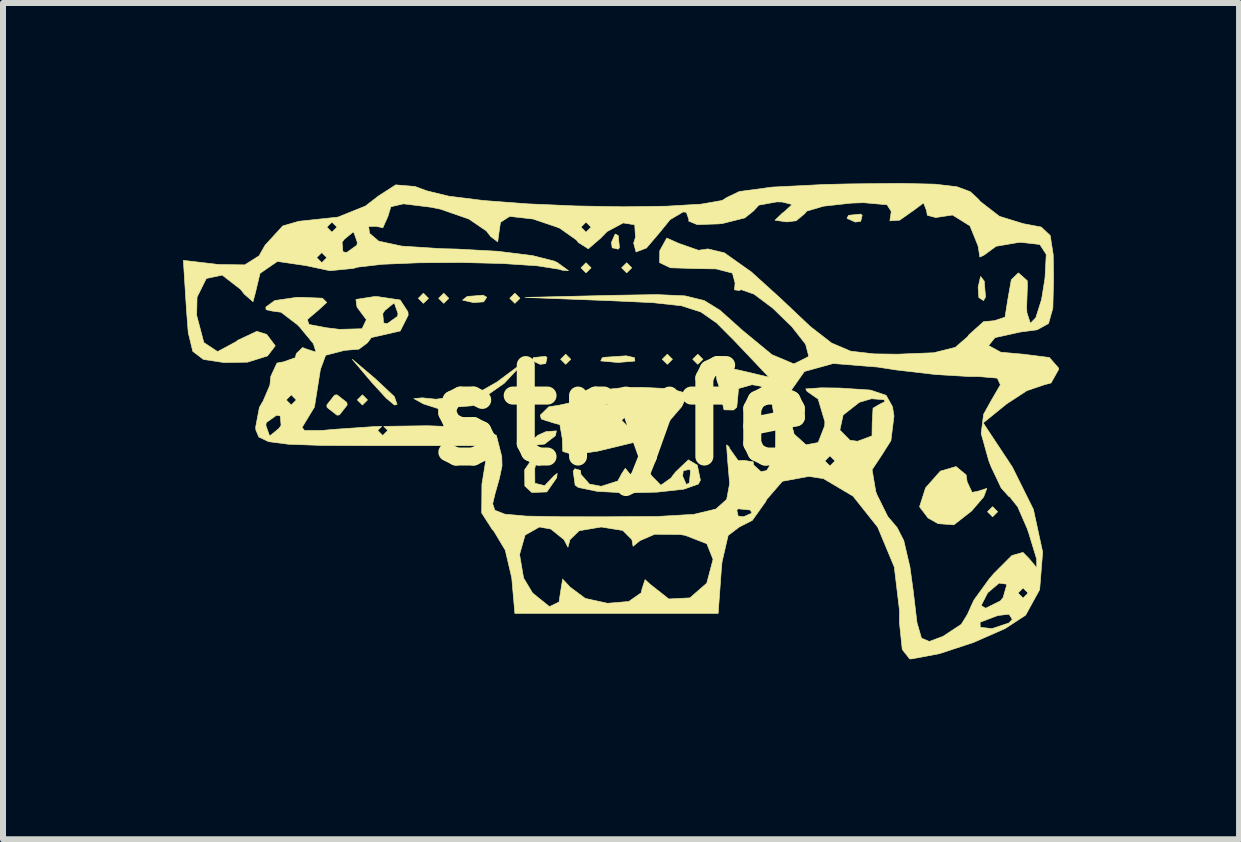
<source format=kicad_pcb>
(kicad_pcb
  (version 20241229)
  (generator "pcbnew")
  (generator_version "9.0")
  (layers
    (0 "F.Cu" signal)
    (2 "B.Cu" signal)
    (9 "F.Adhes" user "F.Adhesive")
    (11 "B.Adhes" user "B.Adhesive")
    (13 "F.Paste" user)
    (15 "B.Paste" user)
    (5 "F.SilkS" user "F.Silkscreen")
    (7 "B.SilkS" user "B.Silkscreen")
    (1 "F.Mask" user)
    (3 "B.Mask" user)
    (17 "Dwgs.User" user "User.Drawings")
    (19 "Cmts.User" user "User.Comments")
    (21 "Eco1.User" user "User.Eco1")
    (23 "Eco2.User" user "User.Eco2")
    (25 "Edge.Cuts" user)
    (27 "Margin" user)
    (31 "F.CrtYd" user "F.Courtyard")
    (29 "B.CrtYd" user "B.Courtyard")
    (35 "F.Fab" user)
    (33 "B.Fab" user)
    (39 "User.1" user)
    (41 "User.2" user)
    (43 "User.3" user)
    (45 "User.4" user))
  (footprint "stryfe"
    (layer "F.Cu")
    (at 7.306 3.867)
    (property "Reference" "stryfe" (at 0 0 0) (layer "F.SilkS") (effects (font (size 1.524 1.524) (thickness 0.3))))
    (attr through_hole)
    (fp_poly (pts (xy -4.233 -0.254) (xy -4.318 -0.169) (xy -4.403 -0.254) (xy -4.318 -0.339) (xy -4.233 -0.254)) (stroke (width 0.01) (type solid)) (fill yes) (layer "F.SilkS"))
    (fp_poly (pts (xy -3.217 -1.947) (xy -3.302 -1.863) (xy -3.387 -1.947) (xy -3.302 -2.032) (xy -3.217 -1.947)) (stroke (width 0.01) (type solid)) (fill yes) (layer "F.SilkS"))
    (fp_poly (pts (xy -2.879 -1.947) (xy -2.963 -1.863) (xy -3.048 -1.947) (xy -2.963 -2.032) (xy -2.879 -1.947)) (stroke (width 0.01) (type solid)) (fill yes) (layer "F.SilkS"))
    (fp_poly (pts (xy -1.693 -1.947) (xy -1.778 -1.863) (xy -1.863 -1.947) (xy -1.778 -2.032) (xy -1.693 -1.947)) (stroke (width 0.01) (type solid)) (fill yes) (layer "F.SilkS"))
    (fp_poly (pts (xy -0.847 -0.931) (xy -0.931 -0.847) (xy -1.016 -0.931) (xy -0.931 -1.016) (xy -0.847 -0.931)) (stroke (width 0.01) (type solid)) (fill yes) (layer "F.SilkS"))
    (fp_poly (pts (xy -0.508 -2.455) (xy -0.593 -2.371) (xy -0.677 -2.455) (xy -0.593 -2.54) (xy -0.508 -2.455)) (stroke (width 0.01) (type solid)) (fill yes) (layer "F.SilkS"))
    (fp_poly (pts (xy 0.169 -2.455) (xy 0.085 -2.371) (xy 0 -2.455) (xy 0.085 -2.54) (xy 0.169 -2.455)) (stroke (width 0.01) (type solid)) (fill yes) (layer "F.SilkS"))
    (fp_poly (pts (xy 0.847 -0.931) (xy 0.762 -0.847) (xy 0.677 -0.931) (xy 0.762 -1.016) (xy 0.847 -0.931)) (stroke (width 0.01) (type solid)) (fill yes) (layer "F.SilkS"))
    (fp_poly (pts (xy 1.355 -0.931) (xy 1.27 -0.847) (xy 1.185 -0.931) (xy 1.27 -1.016) (xy 1.355 -0.931)) (stroke (width 0.01) (type solid)) (fill yes) (layer "F.SilkS"))
    (fp_poly (pts (xy 6.265 1.609) (xy 6.181 1.693) (xy 6.096 1.609) (xy 6.181 1.524) (xy 6.265 1.609)) (stroke (width 0.01) (type solid)) (fill yes) (layer "F.SilkS"))
    (fp_poly (pts (xy -2.247 -1.965) (xy -2.298 -1.888) (xy -2.469 -1.876) (xy -2.65 -1.917) (xy -2.572 -1.978) (xy -2.307 -1.999) (xy -2.247 -1.965)) (stroke (width 0.01) (type solid)) (fill yes) (layer "F.SilkS"))
    (fp_poly (pts (xy -1.242 -0.96) (xy -1.265 -0.859) (xy -1.355 -0.847) (xy -1.494 -0.909) (xy -1.468 -0.96) (xy -1.267 -0.98) (xy -1.242 -0.96)) (stroke (width 0.01) (type solid)) (fill yes) (layer "F.SilkS"))
    (fp_poly (pts (xy -0.056 -2.992) (xy -0.036 -2.791) (xy -0.056 -2.766) (xy -0.157 -2.789) (xy -0.169 -2.879) (xy -0.107 -3.018) (xy -0.056 -2.992)) (stroke (width 0.01) (type solid)) (fill yes) (layer "F.SilkS"))
    (fp_poly (pts (xy 4.008 -3.33) (xy 3.984 -3.23) (xy 3.895 -3.217) (xy 3.755 -3.279) (xy 3.782 -3.33) (xy 3.983 -3.35) (xy 4.008 -3.33)) (stroke (width 0.01) (type solid)) (fill yes) (layer "F.SilkS"))
    (fp_poly (pts (xy 6.042 -2.233) (xy 6.063 -1.968) (xy 6.029 -1.909) (xy 5.952 -1.959) (xy 5.94 -2.131) (xy 5.981 -2.311) (xy 6.042 -2.233)) (stroke (width 0.01) (type solid)) (fill yes) (layer "F.SilkS"))
    (fp_poly (pts (xy -4.106 -0.609) (xy -3.786 -0.309) (xy -3.74 -0.178) (xy -3.784 -0.169) (xy -3.922 -0.284) (xy -4.165 -0.55) (xy -4.487 -0.931) (xy -4.106 -0.609)) (stroke (width 0.01) (type solid)) (fill yes) (layer "F.SilkS"))
    (fp_poly (pts (xy -1.102 0.341) (xy -1.283 0.481) (xy -1.477 0.505) (xy -1.524 0.441) (xy -1.391 0.333) (xy -1.261 0.274) (xy -1.086 0.262) (xy -1.102 0.341)) (stroke (width 0.01) (type solid)) (fill yes) (layer "F.SilkS"))
    (fp_poly (pts (xy -4.577 -0.21) (xy -4.572 -0.169) (xy -4.701 -0.005) (xy -4.741 0) (xy -4.906 -0.129) (xy -4.911 -0.169) (xy -4.782 -0.334) (xy -4.741 -0.339) (xy -4.577 -0.21)) (stroke (width 0.01) (type solid)) (fill yes) (layer "F.SilkS"))
    (fp_poly (pts (xy 0.215 -0.958) (xy 0.221 -0.902) (xy -0.045 -0.879) (xy -0.085 -0.88) (xy -0.347 -0.904) (xy -0.322 -0.956) (xy -0.293 -0.964) (xy 0.076 -0.989) (xy 0.215 -0.958)) (stroke (width 0.01) (type solid)) (fill yes) (layer "F.SilkS"))
    (fp_poly (pts (xy -1.955 -0.532) (xy -2.489 -0.157) (xy -3.067 -0.113) (xy -3.302 -0.188) (xy -3.46 -0.276) (xy -3.319 -0.289) (xy -3.094 -0.266) (xy -2.441 -0.345) (xy -2.078 -0.551) (xy -1.609 -0.901) (xy -1.955 -0.532)) (stroke (width 0.01) (type solid)) (fill yes) (layer "F.SilkS"))
    (fp_poly (pts (xy -1.446 0.885) (xy -1.447 0.889) (xy -1.445 1.134) (xy -1.282 1.175) (xy -1.127 1.012) (xy -1.073 0.97) (xy -1.082 1.044) (xy -1.246 1.279) (xy -1.496 1.288) (xy -1.612 1.18) (xy -1.615 0.91) (xy -1.533 0.79) (xy -1.401 0.698) (xy -1.446 0.885)) (stroke (width 0.01) (type solid)) (fill yes) (layer "F.SilkS"))
    (fp_poly (pts (xy 5.74 0.995) (xy 5.757 1.111) (xy 5.839 1.286) (xy 5.927 1.27) (xy 6.085 1.22) (xy 6.033 1.361) (xy 5.83 1.597) (xy 5.536 1.827) (xy 5.273 1.807) (xy 5.105 1.712) (xy 4.964 1.526) (xy 5.062 1.218) (xy 5.068 1.207) (xy 5.311 0.932) (xy 5.572 0.856) (xy 5.74 0.995)) (stroke (width 0.01) (type solid)) (fill yes) (layer "F.SilkS"))
    (fp_poly (pts (xy 1.261 0.832) (xy 1.313 1.083) (xy 1.279 1.148) (xy 1.036 1.233) (xy 0.593 1.282) (xy 0.071 1.295) (xy -0.407 1.269) (xy -0.721 1.204) (xy -0.774 1.165) (xy -0.806 0.933) (xy -0.779 0.892) (xy -0.685 0.92) (xy -0.677 0.988) (xy -0.536 1.148) (xy -0.339 1.185) (xy -0.063 1.097) (xy 0.003 0.974) (xy 0.061 0.886) (xy 0.169 1.016) (xy 0.302 1.185) (xy 0.338 1.058) (xy 0.339 1.016) (xy 0.366 0.848) (xy 0.479 0.977) (xy 0.504 1.015) (xy 0.654 1.167) (xy 0.822 1.048) (xy 0.846 1.016) (xy 1.016 1.016) (xy 1.078 1.155) (xy 1.129 1.129) (xy 1.149 0.928) (xy 1.129 0.903) (xy 1.028 0.926) (xy 1.016 1.016) (xy 0.846 1.016) (xy 0.899 0.947) (xy 1.113 0.744) (xy 1.261 0.832)) (stroke (width 0.01) (type solid)) (fill yes) (layer "F.SilkS"))
    (fp_poly (pts (xy 0.819 -0.44) (xy 1.036 -0.376) (xy 1.047 -0.239) (xy 1.001 -0.142) (xy 0.696 0.212) (xy 0.181 0.459) (xy -0.396 0.599) (xy -0.81 0.658) (xy -0.98 0.604) (xy -0.987 0.411) (xy -0.986 0.402) (xy -1.028 0.158) (xy -1.143 0.127) (xy -1.273 0.085) (xy 0 0.085) (xy 0.085 0.169) (xy 0.169 0.085) (xy 0.085 0) (xy 0 0.085) (xy -1.273 0.085) (xy -1.337 0.064) (xy -1.355 0) (xy -1.213 -0.139) (xy -1.026 -0.169) (xy -0.706 -0.241) (xy -0.69 -0.254) (xy -0.339 -0.254) (xy -0.254 -0.169) (xy -0.169 -0.254) (xy 0.677 -0.254) (xy 0.762 -0.169) (xy 0.847 -0.254) (xy 0.762 -0.339) (xy 0.677 -0.254) (xy -0.169 -0.254) (xy -0.254 -0.339) (xy -0.339 -0.254) (xy -0.69 -0.254) (xy -0.601 -0.326) (xy -0.389 -0.413) (xy 0.043 -0.461) (xy 0.33 -0.464) (xy 0.819 -0.44)) (stroke (width 0.01) (type solid)) (fill yes) (layer "F.SilkS"))
    (fp_poly (pts (xy 5.218 -3.849) (xy 5.586 -3.806) (xy 5.808 -3.724) (xy 5.947 -3.596) (xy 5.968 -3.566) (xy 6.295 -3.313) (xy 6.694 -3.19) (xy 6.992 -3.134) (xy 7.141 -2.993) (xy 7.191 -2.673) (xy 7.197 -2.286) (xy 7.185 -1.784) (xy 7.113 -1.527) (xy 6.922 -1.422) (xy 6.646 -1.386) (xy 6.221 -1.292) (xy 6.114 -1.16) (xy 6.318 -1.049) (xy 6.689 -1.016) (xy 7.127 -0.961) (xy 7.28 -0.785) (xy 7.281 -0.762) (xy 7.155 -0.537) (xy 7.046 -0.508) (xy 6.752 -0.408) (xy 6.418 -0.19) (xy 6.024 0.129) (xy 6.51 0.864) (xy 6.861 1.57) (xy 7.015 2.281) (xy 6.965 2.907) (xy 6.731 3.332) (xy 6.39 3.555) (xy 5.862 3.787) (xy 5.293 3.974) (xy 4.83 4.061) (xy 4.8 4.061) (xy 4.676 3.904) (xy 4.629 3.454) (xy 4.631 3.26) (xy 4.543 2.528) (xy 4.267 1.866) (xy 3.856 1.349) (xy 3.363 1.057) (xy 3.118 1.02) (xy 2.679 1.101) (xy 2.419 1.402) (xy 2.401 1.439) (xy 2.178 1.752) (xy 1.961 1.863) (xy 1.775 2.004) (xy 1.673 2.446) (xy 1.661 2.582) (xy 1.609 3.302) (xy -1.778 3.302) (xy -1.83 2.709) (xy -1.921 2.322) (xy -1.7 2.322) (xy -1.633 2.713) (xy -1.482 2.964) (xy -1.201 3.19) (xy -1.042 3.112) (xy -1.013 2.921) (xy -0.982 2.731) (xy -0.863 2.859) (xy -0.86 2.863) (xy -0.605 3.053) (xy -0.235 3.134) (xy 0.12 3.104) (xy 0.327 2.959) (xy 0.341 2.894) (xy 0.391 2.74) (xy 0.468 2.811) (xy 0.786 3.062) (xy 1.138 3.044) (xy 1.419 2.799) (xy 1.524 2.402) (xy 1.42 2.142) (xy 1.063 2.003) (xy 0.974 1.988) (xy 0.551 1.984) (xy 0.302 2.092) (xy 0.299 2.096) (xy 0.191 2.184) (xy 0.172 2.074) (xy 0.021 1.921) (xy -0.339 1.863) (xy -0.707 1.925) (xy -0.86 2.074) (xy -0.894 2.199) (xy -0.959 2.074) (xy -1.179 1.897) (xy -1.369 1.863) (xy -1.608 1.998) (xy -1.7 2.322) (xy -1.921 2.322) (xy -1.938 2.249) (xy -2.131 1.927) (xy -2.149 1.912) (xy -2.331 1.629) (xy -2.327 1.15) (xy -2.32 1.107) (xy -2.223 0.508) (xy -4.159 0.508) (xy -4.996 0.504) (xy -5.551 0.484) (xy -5.881 0.441) (xy -6.043 0.364) (xy -6.094 0.245) (xy -6.096 0.198) (xy -6.091 0.169) (xy -5.927 0.169) (xy -5.869 0.334) (xy -5.852 0.339) (xy -5.707 0.22) (xy -5.673 0.169) (xy -5.686 0.013) (xy -5.747 0) (xy -5.92 0.123) (xy -5.927 0.169) (xy -6.091 0.169) (xy -6.034 -0.131) (xy -5.971 -0.238) (xy -5.964 -0.254) (xy -5.588 -0.254) (xy -5.503 -0.169) (xy -5.419 -0.254) (xy -5.503 -0.339) (xy -5.588 -0.254) (xy -5.964 -0.254) (xy -5.859 -0.501) (xy -5.844 -0.647) (xy -5.742 -0.868) (xy -5.63 -0.889) (xy -5.436 -0.958) (xy -5.419 -1.026) (xy -5.315 -1.127) (xy -5.249 -1.101) (xy -5.09 -1.05) (xy -5.135 -1.192) (xy -5.363 -1.468) (xy -5.405 -1.51) (xy -5.673 -1.715) (xy -5.828 -1.736) (xy -5.923 -1.758) (xy -5.927 -1.801) (xy -5.778 -1.91) (xy -5.414 -1.963) (xy -5.348 -1.964) (xy -4.984 -1.949) (xy -4.912 -1.879) (xy -5.052 -1.75) (xy -5.236 -1.594) (xy -5.208 -1.511) (xy -4.915 -1.456) (xy -4.699 -1.43) (xy -4.324 -1.44) (xy -4.252 -1.591) (xy -4.328 -1.693) (xy -3.979 -1.693) (xy -3.966 -1.537) (xy -3.905 -1.524) (xy -3.732 -1.647) (xy -3.725 -1.693) (xy -3.783 -1.858) (xy -3.8 -1.863) (xy -3.945 -1.744) (xy -3.979 -1.693) (xy -4.328 -1.693) (xy -4.408 -1.801) (xy -4.426 -1.928) (xy -4.128 -1.975) (xy -4.07 -1.976) (xy -3.689 -1.919) (xy -3.559 -1.72) (xy -3.556 -1.665) (xy -3.688 -1.403) (xy -3.895 -1.355) (xy -4.17 -1.293) (xy -4.233 -1.207) (xy -4.376 -1.1) (xy -4.614 -1.08) (xy -4.931 -0.998) (xy -5.018 -0.762) (xy -5.117 -0.136) (xy -5.318 0.195) (xy -5.326 0.2) (xy -5.283 0.255) (xy -4.983 0.254) (xy -4.818 0.238) (xy -4.09 0.188) (xy -3.997 0.187) (xy -4.064 0.254) (xy -3.979 0.339) (xy -3.895 0.254) (xy -3.962 0.186) (xy -3.231 0.176) (xy -2.448 0.205) (xy -2.328 0.215) (xy -2.086 0.337) (xy -1.996 0.691) (xy -1.992 0.847) (xy -2.037 1.057) (xy -2.109 1.312) (xy -2.148 1.476) (xy -2.112 1.584) (xy -1.946 1.649) (xy -1.595 1.681) (xy -1.006 1.692) (xy -0.284 1.693) (xy 0.604 1.687) (xy 1.205 1.652) (xy 1.507 1.58) (xy 1.919 1.58) (xy 1.942 1.681) (xy 2.032 1.693) (xy 2.171 1.631) (xy 2.145 1.58) (xy 1.944 1.56) (xy 1.919 1.58) (xy 1.507 1.58) (xy 1.57 1.565) (xy 1.751 1.403) (xy 1.8 1.14) (xy 1.767 0.755) (xy 1.767 0.751) (xy 1.749 0.495) (xy 1.788 0.525) (xy 1.797 0.552) (xy 1.941 0.756) (xy 2.045 0.754) (xy 2.192 0.777) (xy 2.201 0.831) (xy 2.322 0.941) (xy 2.417 0.923) (xy 2.517 0.762) (xy 3.387 0.762) (xy 3.471 0.847) (xy 3.556 0.762) (xy 3.471 0.677) (xy 3.387 0.762) (xy 2.517 0.762) (xy 2.561 0.689) (xy 2.569 0.167) (xy 2.569 0.166) (xy 2.53 -0.053) (xy 2.777 -0.053) (xy 2.875 0.316) (xy 3.073 0.494) (xy 3.275 0.456) (xy 3.356 0.248) (xy 3.636 0.248) (xy 3.803 0.417) (xy 3.93 0.435) (xy 4.172 0.345) (xy 4.175 0.133) (xy 4.189 -0.116) (xy 4.277 -0.169) (xy 4.39 -0.228) (xy 4.371 -0.258) (xy 4.163 -0.274) (xy 3.962 -0.215) (xy 3.691 -0.003) (xy 3.636 0.248) (xy 3.356 0.248) (xy 3.384 0.177) (xy 3.387 0.109) (xy 3.275 -0.268) (xy 3.09 -0.397) (xy 3.068 -0.438) (xy 3.326 -0.456) (xy 3.641 -0.452) (xy 4.147 -0.418) (xy 4.407 -0.331) (xy 4.513 -0.142) (xy 4.538 0.014) (xy 4.487 0.424) (xy 4.336 0.663) (xy 4.173 0.909) (xy 4.235 1.273) (xy 4.253 1.322) (xy 4.434 1.688) (xy 4.592 1.875) (xy 4.701 2.089) (xy 4.804 2.53) (xy 4.858 2.923) (xy 4.921 3.455) (xy 4.996 3.715) (xy 5.126 3.77) (xy 5.355 3.685) (xy 5.356 3.684) (xy 5.66 3.484) (xy 5.681 3.45) (xy 5.972 3.45) (xy 5.976 3.534) (xy 6.171 3.556) (xy 6.452 3.463) (xy 6.51 3.402) (xy 6.455 3.316) (xy 6.266 3.338) (xy 5.972 3.45) (xy 5.681 3.45) (xy 5.763 3.317) (xy 5.828 3.172) (xy 5.99 3.172) (xy 6.065 3.217) (xy 6.313 3.093) (xy 6.357 3.037) (xy 6.378 2.963) (xy 6.604 2.963) (xy 6.689 3.048) (xy 6.773 2.963) (xy 6.689 2.879) (xy 6.604 2.963) (xy 6.378 2.963) (xy 6.42 2.816) (xy 6.289 2.798) (xy 6.099 2.959) (xy 5.99 3.172) (xy 5.828 3.172) (xy 5.87 3.08) (xy 6.128 2.725) (xy 6.201 2.64) (xy 6.503 2.338) (xy 6.687 2.286) (xy 6.786 2.386) (xy 6.917 2.543) (xy 6.915 2.397) (xy 6.781 1.957) (xy 6.757 1.888) (xy 6.599 1.526) (xy 6.463 1.356) (xy 6.452 1.355) (xy 6.324 1.212) (xy 6.156 0.858) (xy 6.116 0.754) (xy 5.991 0.305) (xy 6.031 -0.014) (xy 6.159 -0.245) (xy 6.311 -0.506) (xy 6.26 -0.617) (xy 5.946 -0.644) (xy 5.792 -0.644) (xy 5.243 -0.676) (xy 4.573 -0.754) (xy 4.271 -0.801) (xy 3.526 -0.861) (xy 3.046 -0.728) (xy 2.809 -0.391) (xy 2.777 -0.053) (xy 2.53 -0.053) (xy 2.49 -0.284) (xy 2.335 -0.479) (xy 2.174 -0.508) (xy 1.948 -0.444) (xy 1.94 -0.35) (xy 1.919 -0.133) (xy 1.865 -0.086) (xy 1.707 -0.089) (xy 1.693 -0.145) (xy 1.637 -0.438) (xy 1.587 -0.587) (xy 1.565 -0.77) (xy 1.754 -0.792) (xy 1.968 -0.748) (xy 2.455 -0.633) (xy 1.878 -1.241) (xy 1.583 -1.537) (xy 1.32 -1.72) (xy 0.997 -1.823) (xy 0.517 -1.875) (xy -0.154 -1.906) (xy -1.609 -1.962) (xy -0.127 -1.997) (xy 0.587 -2.009) (xy 1.056 -1.988) (xy 1.376 -1.91) (xy 1.639 -1.748) (xy 1.941 -1.478) (xy 1.982 -1.439) (xy 2.505 -1.008) (xy 2.871 -0.854) (xy 3.103 -0.97) (xy 3.116 -0.989) (xy 3.066 -1.182) (xy 2.836 -1.475) (xy 2.519 -1.783) (xy 2.206 -2.017) (xy 1.99 -2.092) (xy 1.964 -2.077) (xy 1.881 -2.088) (xy 1.891 -2.201) (xy 1.847 -2.367) (xy 1.574 -2.437) (xy 1.251 -2.442) (xy 0.812 -2.456) (xy 0.633 -2.542) (xy 0.636 -2.74) (xy 0.637 -2.742) (xy 0.753 -2.951) (xy 0.95 -2.863) (xy 1.281 -2.747) (xy 1.438 -2.77) (xy 1.711 -2.705) (xy 2.162 -2.386) (xy 2.652 -1.942) (xy 3.143 -1.478) (xy 3.498 -1.202) (xy 3.818 -1.066) (xy 4.209 -1.021) (xy 4.597 -1.016) (xy 5.201 -1.04) (xy 5.56 -1.13) (xy 5.767 -1.309) (xy 5.786 -1.338) (xy 6.031 -1.558) (xy 6.211 -1.574) (xy 6.388 -1.633) (xy 6.435 -1.929) (xy 6.493 -2.256) (xy 6.611 -2.371) (xy 6.758 -2.241) (xy 6.761 -2.159) (xy 6.748 -1.793) (xy 6.753 -1.707) (xy 6.81 -1.53) (xy 6.901 -1.624) (xy 6.997 -1.928) (xy 7.054 -2.281) (xy 7.075 -2.679) (xy 6.968 -2.844) (xy 6.659 -2.879) (xy 6.622 -2.879) (xy 6.239 -2.814) (xy 6.039 -2.667) (xy 5.969 -2.634) (xy 5.94 -2.818) (xy 5.804 -3.154) (xy 5.513 -3.335) (xy 5.234 -3.293) (xy 5.094 -3.33) (xy 5.08 -3.411) (xy 5.031 -3.537) (xy 4.877 -3.421) (xy 4.633 -3.249) (xy 4.47 -3.238) (xy 4.493 -3.395) (xy 4.493 -3.395) (xy 4.422 -3.506) (xy 4.032 -3.54) (xy 3.825 -3.533) (xy 3.365 -3.482) (xy 3.086 -3.4) (xy 3.048 -3.355) (xy 2.908 -3.239) (xy 2.752 -3.22) (xy 2.556 -3.248) (xy 2.677 -3.365) (xy 2.709 -3.387) (xy 2.842 -3.51) (xy 2.674 -3.552) (xy 2.582 -3.553) (xy 2.285 -3.499) (xy 2.201 -3.405) (xy 2.053 -3.287) (xy 1.688 -3.195) (xy 1.621 -3.187) (xy 1.26 -3.175) (xy 1.117 -3.234) (xy 1.123 -3.253) (xy 1.08 -3.379) (xy 1.027 -3.387) (xy 0.808 -3.258) (xy 0.638 -3.048) (xy 0.414 -2.785) (xy 0.241 -2.719) (xy 0.201 -2.866) (xy 0.231 -2.963) (xy 0.219 -3.172) (xy 0.027 -3.203) (xy -0.242 -3.059) (xy -0.351 -2.948) (xy -0.554 -2.772) (xy -0.721 -2.878) (xy -0.753 -2.92) (xy -1.036 -3.119) (xy -1.075 -3.133) (xy -0.677 -3.133) (xy -0.593 -3.048) (xy -0.508 -3.133) (xy -0.593 -3.217) (xy -0.677 -3.133) (xy -1.075 -3.133) (xy -1.471 -3.267) (xy -1.482 -3.269) (xy -1.865 -3.312) (xy -2.018 -3.213) (xy -2.037 -3.086) (xy -2.064 -2.888) (xy -2.181 -2.977) (xy -2.252 -3.069) (xy -2.544 -3.268) (xy -3.016 -3.432) (xy -3.178 -3.465) (xy -3.633 -3.521) (xy -3.844 -3.473) (xy -3.895 -3.307) (xy -3.978 -3.122) (xy -4.086 -3.146) (xy -4.215 -3.145) (xy -4.199 -3.029) (xy -4.046 -2.899) (xy -3.663 -2.817) (xy -3.003 -2.774) (xy -2.751 -2.768) (xy -2.066 -2.731) (xy -1.485 -2.659) (xy -1.115 -2.565) (xy -1.072 -2.543) (xy -0.885 -2.408) (xy -0.988 -2.415) (xy -1.044 -2.432) (xy -1.407 -2.489) (xy -1.986 -2.527) (xy -2.678 -2.544) (xy -3.379 -2.539) (xy -3.985 -2.514) (xy -4.393 -2.467) (xy -4.47 -2.445) (xy -4.86 -2.407) (xy -5.26 -2.492) (xy -5.734 -2.562) (xy -6.024 -2.363) (xy -6.101 -2.04) (xy -6.141 -1.891) (xy -6.287 -2.018) (xy -6.347 -2.096) (xy -6.654 -2.334) (xy -6.919 -2.277) (xy -7.073 -1.967) (xy -7.08 -1.665) (xy -6.96 -1.21) (xy -6.731 -1.059) (xy -6.418 -1.227) (xy -6.397 -1.247) (xy -6.077 -1.397) (xy -5.913 -1.346) (xy -5.77 -1.156) (xy -5.899 -0.987) (xy -6.233 -0.883) (xy -6.625 -0.877) (xy -6.968 -0.929) (xy -7.144 -1.064) (xy -7.22 -1.377) (xy -7.249 -1.755) (xy -7.301 -2.579) (xy -6.71 -2.51) (xy -6.279 -2.504) (xy -6.087 -2.625) (xy -5.08 -2.625) (xy -4.995 -2.54) (xy -4.911 -2.625) (xy -4.995 -2.709) (xy -5.08 -2.625) (xy -6.087 -2.625) (xy -6.04 -2.654) (xy -5.941 -2.829) (xy -5.896 -2.879) (xy -4.657 -2.879) (xy -4.643 -2.723) (xy -4.582 -2.709) (xy -4.41 -2.832) (xy -4.403 -2.879) (xy -4.46 -3.044) (xy -4.477 -3.048) (xy -4.622 -2.929) (xy -4.657 -2.879) (xy -5.896 -2.879) (xy -5.663 -3.133) (xy -4.911 -3.133) (xy -4.826 -3.048) (xy -4.741 -3.133) (xy -4.826 -3.217) (xy -4.911 -3.133) (xy -5.663 -3.133) (xy -5.644 -3.153) (xy -5.38 -3.23) (xy -4.725 -3.3) (xy -4.268 -3.484) (xy -4.053 -3.65) (xy -3.763 -3.837) (xy -3.44 -3.81) (xy -3.25 -3.739) (xy -2.882 -3.649) (xy -2.297 -3.576) (xy -1.567 -3.521) (xy -0.767 -3.486) (xy 0.031 -3.472) (xy 0.753 -3.482) (xy 1.326 -3.516) (xy 1.676 -3.577) (xy 1.748 -3.624) (xy 1.961 -3.726) (xy 2.51 -3.8) (xy 3.391 -3.844) (xy 3.784 -3.853) (xy 4.638 -3.862) (xy 5.218 -3.849)) (stroke (width 0.01) (type solid)) (fill yes) (layer "F.SilkS")))
  (gr_rect
    (start -3 -3)
    (end 17.593 10.933)
    (stroke (width 0.1) (type default))
    (fill no)
    (layer "Edge.Cuts")))
</source>
